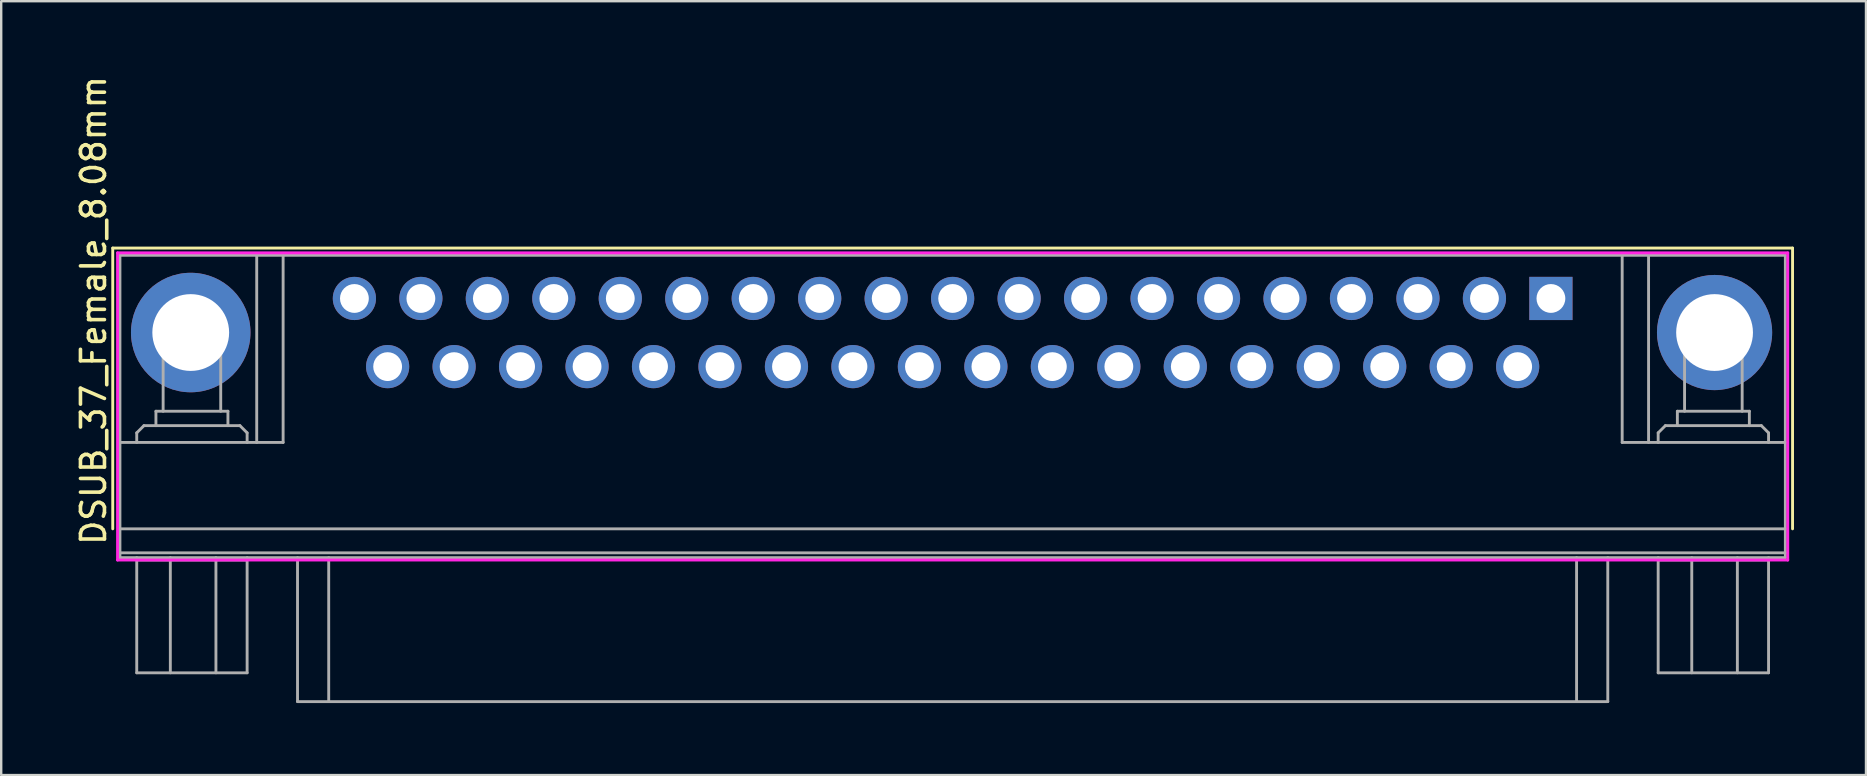
<source format=kicad_pcb>
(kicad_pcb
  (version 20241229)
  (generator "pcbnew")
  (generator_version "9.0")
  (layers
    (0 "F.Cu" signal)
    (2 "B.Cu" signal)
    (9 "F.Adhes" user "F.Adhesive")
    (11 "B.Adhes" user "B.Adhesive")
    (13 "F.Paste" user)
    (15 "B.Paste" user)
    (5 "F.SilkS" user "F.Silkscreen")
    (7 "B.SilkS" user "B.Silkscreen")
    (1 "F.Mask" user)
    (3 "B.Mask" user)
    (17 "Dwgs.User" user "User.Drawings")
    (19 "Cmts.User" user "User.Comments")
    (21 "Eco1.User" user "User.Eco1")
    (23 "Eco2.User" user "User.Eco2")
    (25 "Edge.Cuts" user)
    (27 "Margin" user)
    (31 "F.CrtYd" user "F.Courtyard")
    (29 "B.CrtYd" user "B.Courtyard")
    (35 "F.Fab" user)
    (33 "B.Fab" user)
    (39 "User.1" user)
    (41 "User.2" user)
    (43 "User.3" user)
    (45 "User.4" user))
  (footprint "DSUB_37_Female_8.08mm"
    (layer "F.Cu")
    (at 36.648 9.387)
    (property "Reference" "DSUB_37_Female_8.08mm" (at -35.8 0.5 90) (layer "F.SilkS") (effects (font (size 1 1) (thickness 0.15))))
    (attr through_hole)
    (fp_line (start -35 -2.1) (end -35 9.6) (stroke (width 0.12) (type solid)) (layer "F.SilkS"))
    (fp_line (start 35 -2.1) (end -35 -2.1) (stroke (width 0.12) (type solid)) (layer "F.SilkS"))
    (fp_line (start 35 9.6) (end 35 -2.1) (stroke (width 0.12) (type solid)) (layer "F.SilkS"))
    (fp_line (start -34.8 -1.9) (end -34.8 10.9) (stroke (width 0.12) (type solid)) (layer "F.CrtYd"))
    (fp_line (start -34.8 10.9) (end 34.8 10.9) (stroke (width 0.12) (type solid)) (layer "F.CrtYd"))
    (fp_line (start 34.8 -1.9) (end -34.8 -1.9) (stroke (width 0.12) (type solid)) (layer "F.CrtYd"))
    (fp_line (start 34.8 10.9) (end 34.8 -1.9) (stroke (width 0.12) (type solid)) (layer "F.CrtYd"))
    (fp_line (start -34.7 -1.8) (end 34.7 -1.8) (stroke (width 0.12) (type solid)) (layer "F.Fab"))
    (fp_line (start -34.7 6) (end -27.9 6) (stroke (width 0.12) (type solid)) (layer "F.Fab"))
    (fp_line (start -34.7 10.6) (end 34.7 10.6) (stroke (width 0.12) (type solid)) (layer "F.Fab"))
    (fp_line (start -34.7 10.8) (end -34.7 -1.8) (stroke (width 0.12) (type solid)) (layer "F.Fab"))
    (fp_line (start -34.7 10.8) (end 34.7 10.8) (stroke (width 0.12) (type solid)) (layer "F.Fab"))
    (fp_line (start -34 5.6) (end -33.7 5.3) (stroke (width 0.12) (type solid)) (layer "F.Fab"))
    (fp_line (start -34 6) (end -34 5.6) (stroke (width 0.12) (type solid)) (layer "F.Fab"))
    (fp_line (start -34 10.8) (end -34 15.6) (stroke (width 0.12) (type solid)) (layer "F.Fab"))
    (fp_line (start -34 10.9) (end -29.4 10.9) (stroke (width 0.12) (type solid)) (layer "F.Fab"))
    (fp_line (start -34 15.6) (end -29.4 15.6) (stroke (width 0.12) (type solid)) (layer "F.Fab"))
    (fp_line (start -33.7 5.3) (end -29.7 5.3) (stroke (width 0.12) (type solid)) (layer "F.Fab"))
    (fp_line (start -33.2 4.7) (end -30.2 4.7) (stroke (width 0.12) (type solid)) (layer "F.Fab"))
    (fp_line (start -33.2 5.3) (end -33.2 4.7) (stroke (width 0.12) (type solid)) (layer "F.Fab"))
    (fp_line (start -32.9 0.6) (end -30.5 0.6) (stroke (width 0.12) (type solid)) (layer "F.Fab"))
    (fp_line (start -32.9 4.7) (end -32.9 0.6) (stroke (width 0.12) (type solid)) (layer "F.Fab"))
    (fp_line (start -32.6 10.8) (end -32.6 15.6) (stroke (width 0.12) (type solid)) (layer "F.Fab"))
    (fp_line (start -30.7 10.8) (end -30.7 15.6) (stroke (width 0.12) (type solid)) (layer "F.Fab"))
    (fp_line (start -30.5 0.6) (end -30.5 4.7) (stroke (width 0.12) (type solid)) (layer "F.Fab"))
    (fp_line (start -30.2 4.7) (end -30.2 5.3) (stroke (width 0.12) (type solid)) (layer "F.Fab"))
    (fp_line (start -29.7 5.3) (end -29.4 5.6) (stroke (width 0.12) (type solid)) (layer "F.Fab"))
    (fp_line (start -29.4 5.6) (end -29.4 6) (stroke (width 0.12) (type solid)) (layer "F.Fab"))
    (fp_line (start -29.4 10.8) (end -29.4 15.6) (stroke (width 0.12) (type solid)) (layer "F.Fab"))
    (fp_line (start -29 6) (end -29 -1.8) (stroke (width 0.12) (type solid)) (layer "F.Fab"))
    (fp_line (start -27.9 6) (end -27.9 -1.8) (stroke (width 0.12) (type solid)) (layer "F.Fab"))
    (fp_line (start -27.3 16.8) (end -27.3 10.8) (stroke (width 0.12) (type solid)) (layer "F.Fab"))
    (fp_line (start -27.3 16.8) (end 27.3 16.8) (stroke (width 0.12) (type solid)) (layer "F.Fab"))
    (fp_line (start -26 16.8) (end -26 10.8) (stroke (width 0.12) (type solid)) (layer "F.Fab"))
    (fp_line (start 26 16.8) (end 26 10.8) (stroke (width 0.12) (type solid)) (layer "F.Fab"))
    (fp_line (start 27.3 16.8) (end 27.3 10.8) (stroke (width 0.12) (type solid)) (layer "F.Fab"))
    (fp_line (start 27.9 6) (end 27.9 -1.8) (stroke (width 0.12) (type solid)) (layer "F.Fab"))
    (fp_line (start 29 6) (end 29 -1.8) (stroke (width 0.12) (type solid)) (layer "F.Fab"))
    (fp_line (start 29.4 5.6) (end 29.7 5.3) (stroke (width 0.12) (type solid)) (layer "F.Fab"))
    (fp_line (start 29.4 6) (end 29.4 5.6) (stroke (width 0.12) (type solid)) (layer "F.Fab"))
    (fp_line (start 29.4 10.8) (end 29.4 15.6) (stroke (width 0.12) (type solid)) (layer "F.Fab"))
    (fp_line (start 29.4 10.9) (end 34 10.9) (stroke (width 0.12) (type solid)) (layer "F.Fab"))
    (fp_line (start 29.4 15.6) (end 34 15.6) (stroke (width 0.12) (type solid)) (layer "F.Fab"))
    (fp_line (start 29.7 5.3) (end 33.7 5.3) (stroke (width 0.12) (type solid)) (layer "F.Fab"))
    (fp_line (start 30.2 4.7) (end 33.2 4.7) (stroke (width 0.12) (type solid)) (layer "F.Fab"))
    (fp_line (start 30.2 5.3) (end 30.2 4.7) (stroke (width 0.12) (type solid)) (layer "F.Fab"))
    (fp_line (start 30.5 0.6) (end 32.9 0.6) (stroke (width 0.12) (type solid)) (layer "F.Fab"))
    (fp_line (start 30.5 4.7) (end 30.5 0.6) (stroke (width 0.12) (type solid)) (layer "F.Fab"))
    (fp_line (start 30.8 10.8) (end 30.8 15.6) (stroke (width 0.12) (type solid)) (layer "F.Fab"))
    (fp_line (start 32.7 10.8) (end 32.7 15.6) (stroke (width 0.12) (type solid)) (layer "F.Fab"))
    (fp_line (start 32.9 0.6) (end 32.9 4.7) (stroke (width 0.12) (type solid)) (layer "F.Fab"))
    (fp_line (start 33.2 4.7) (end 33.2 5.3) (stroke (width 0.12) (type solid)) (layer "F.Fab"))
    (fp_line (start 33.7 5.3) (end 34 5.6) (stroke (width 0.12) (type solid)) (layer "F.Fab"))
    (fp_line (start 34 5.6) (end 34 6) (stroke (width 0.12) (type solid)) (layer "F.Fab"))
    (fp_line (start 34 10.8) (end 34 15.6) (stroke (width 0.12) (type solid)) (layer "F.Fab"))
    (fp_line (start 34.7 -1.8) (end 34.7 10.8) (stroke (width 0.12) (type solid)) (layer "F.Fab"))
    (fp_line (start 34.7 6) (end 27.9 6) (stroke (width 0.12) (type solid)) (layer "F.Fab"))
    (fp_line (start 34.7 9.6) (end -34.7 9.6) (stroke (width 0.12) (type solid)) (layer "F.Fab"))
    (pad "1" thru_hole rect (at 24.93 0) (size 1.8 1.8) (drill 1.2) (layers "*.Cu" "*.Mask"))
    (pad "2" thru_hole circle (at 22.16 0) (size 1.8 1.8) (drill 1.2) (layers "*.Cu" "*.Mask"))
    (pad "3" thru_hole circle (at 19.39 0) (size 1.8 1.8) (drill 1.2) (layers "*.Cu" "*.Mask"))
    (pad "4" thru_hole circle (at 16.62 0) (size 1.8 1.8) (drill 1.2) (layers "*.Cu" "*.Mask"))
    (pad "5" thru_hole circle (at 13.85 0) (size 1.8 1.8) (drill 1.2) (layers "*.Cu" "*.Mask"))
    (pad "6" thru_hole circle (at 11.08 0) (size 1.8 1.8) (drill 1.2) (layers "*.Cu" "*.Mask"))
    (pad "7" thru_hole circle (at 8.31 0) (size 1.8 1.8) (drill 1.2) (layers "*.Cu" "*.Mask"))
    (pad "8" thru_hole circle (at 5.54 0) (size 1.8 1.8) (drill 1.2) (layers "*.Cu" "*.Mask"))
    (pad "9" thru_hole circle (at 2.77 0) (size 1.8 1.8) (drill 1.2) (layers "*.Cu" "*.Mask"))
    (pad "10" thru_hole circle (at 0 0) (size 1.8 1.8) (drill 1.2) (layers "*.Cu" "*.Mask"))
    (pad "11" thru_hole circle (at -2.77 0) (size 1.8 1.8) (drill 1.2) (layers "*.Cu" "*.Mask"))
    (pad "12" thru_hole circle (at -5.54 0) (size 1.8 1.8) (drill 1.2) (layers "*.Cu" "*.Mask"))
    (pad "13" thru_hole circle (at -8.31 0) (size 1.8 1.8) (drill 1.2) (layers "*.Cu" "*.Mask"))
    (pad "14" thru_hole circle (at -11.08 0) (size 1.8 1.8) (drill 1.2) (layers "*.Cu" "*.Mask"))
    (pad "15" thru_hole circle (at -13.85 0) (size 1.8 1.8) (drill 1.2) (layers "*.Cu" "*.Mask"))
    (pad "16" thru_hole circle (at -16.62 0) (size 1.8 1.8) (drill 1.2) (layers "*.Cu" "*.Mask"))
    (pad "17" thru_hole circle (at -19.39 0) (size 1.8 1.8) (drill 1.2) (layers "*.Cu" "*.Mask"))
    (pad "18" thru_hole circle (at -22.16 0) (size 1.8 1.8) (drill 1.2) (layers "*.Cu" "*.Mask"))
    (pad "19" thru_hole circle (at -24.93 0) (size 1.8 1.8) (drill 1.2) (layers "*.Cu" "*.Mask"))
    (pad "20" thru_hole circle (at 23.545 2.84) (size 1.8 1.8) (drill 1.2) (layers "*.Cu" "*.Mask"))
    (pad "21" thru_hole circle (at 20.775 2.84) (size 1.8 1.8) (drill 1.2) (layers "*.Cu" "*.Mask"))
    (pad "22" thru_hole circle (at 18.005 2.84) (size 1.8 1.8) (drill 1.2) (layers "*.Cu" "*.Mask"))
    (pad "23" thru_hole circle (at 15.235 2.84) (size 1.8 1.8) (drill 1.2) (layers "*.Cu" "*.Mask"))
    (pad "24" thru_hole circle (at 12.465 2.84) (size 1.8 1.8) (drill 1.2) (layers "*.Cu" "*.Mask"))
    (pad "25" thru_hole circle (at 9.695 2.84) (size 1.8 1.8) (drill 1.2) (layers "*.Cu" "*.Mask"))
    (pad "26" thru_hole circle (at 6.925 2.84) (size 1.8 1.8) (drill 1.2) (layers "*.Cu" "*.Mask"))
    (pad "27" thru_hole circle (at 4.155 2.84) (size 1.8 1.8) (drill 1.2) (layers "*.Cu" "*.Mask"))
    (pad "28" thru_hole circle (at 1.385 2.84) (size 1.8 1.8) (drill 1.2) (layers "*.Cu" "*.Mask"))
    (pad "29" thru_hole circle (at -1.385 2.84) (size 1.8 1.8) (drill 1.2) (layers "*.Cu" "*.Mask"))
    (pad "30" thru_hole circle (at -4.155 2.84) (size 1.8 1.8) (drill 1.2) (layers "*.Cu" "*.Mask"))
    (pad "31" thru_hole circle (at -6.925 2.84) (size 1.8 1.8) (drill 1.2) (layers "*.Cu" "*.Mask"))
    (pad "32" thru_hole circle (at -9.695 2.84) (size 1.8 1.8) (drill 1.2) (layers "*.Cu" "*.Mask"))
    (pad "33" thru_hole circle (at -12.465 2.84) (size 1.8 1.8) (drill 1.2) (layers "*.Cu" "*.Mask"))
    (pad "34" thru_hole circle (at -15.235 2.84) (size 1.8 1.8) (drill 1.2) (layers "*.Cu" "*.Mask"))
    (pad "35" thru_hole circle (at -18.005 2.84) (size 1.8 1.8) (drill 1.2) (layers "*.Cu" "*.Mask"))
    (pad "36" thru_hole circle (at -20.775 2.84) (size 1.8 1.8) (drill 1.2) (layers "*.Cu" "*.Mask"))
    (pad "37" thru_hole circle (at -23.545 2.84) (size 1.8 1.8) (drill 1.2) (layers "*.Cu" "*.Mask"))
    (pad "M1" thru_hole circle (at -31.75 1.42) (size 4.98 4.98) (drill 3.2) (layers "*.Cu" "*.Mask"))
    (pad "M2" thru_hole circle (at 31.75 1.42) (size 4.8 4.8) (drill 3.2) (layers "*.Cu" "*.Mask")))
  (gr_rect
    (start -3 -3)
    (end 74.708 29.247)
    (stroke (width 0.1) (type default))
    (fill no)
    (layer "Edge.Cuts")))
</source>
